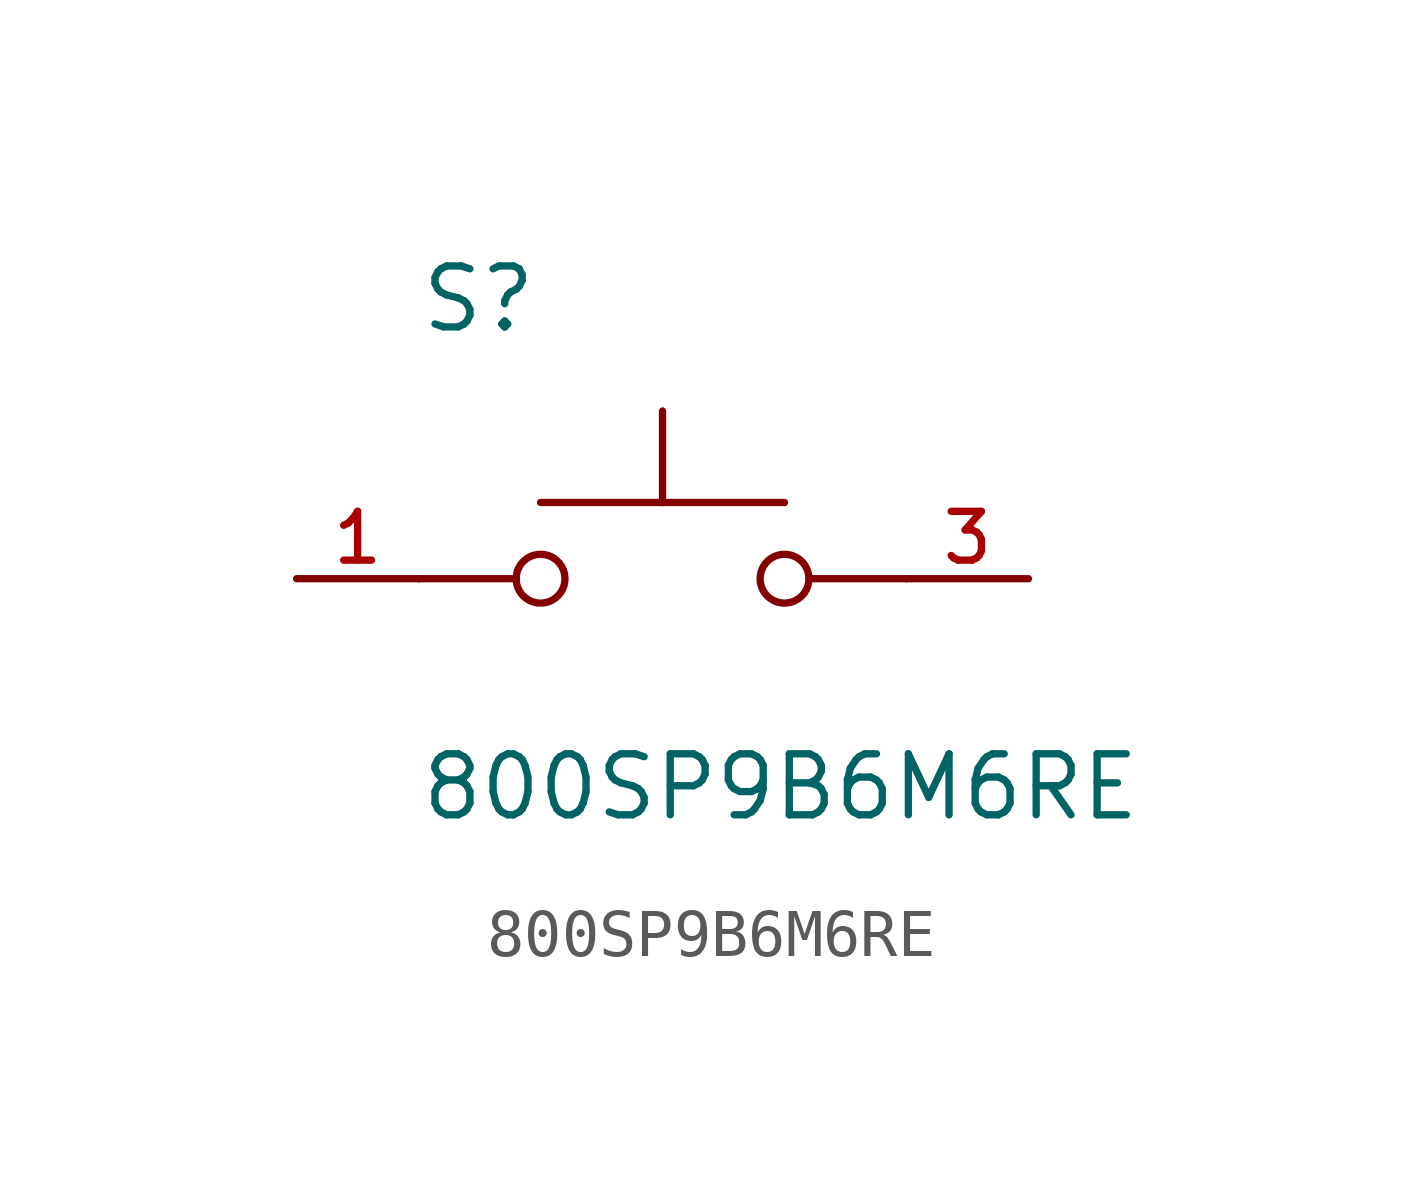
<source format=kicad_sym>
(kicad_symbol_lib
  (version 20211014)
  (generator kicad_symbol_editor)
  (symbol "800SP9B6M6RE"
    (pin_names
      (offset 1.016))
    (property "Reference" "S"
      (at -5.08 5.08 0)
      (effects (font (size 1.27 1.27)) (justify bottom left)))
    (property "Value" "800SP9B6M6RE"
      (at -5.08 -5.08 0)
      (effects (font (size 1.27 1.27)) (justify bottom left)))
    (symbol "800SP9B6M6RE_0_0"
      (circle (center 2.54 0.0) (radius 0.508) (stroke (width 0.152)) (fill (type none)))
      (polyline (pts (xy 5.08 0.0) (xy 3.048 0.0)) (stroke (width 0.152)))
      (polyline (pts (xy -5.08 0.0) (xy -3.048 0.0)) (stroke (width 0.152)))
      (circle (center -2.54 0.0) (radius 0.508) (stroke (width 0.152)) (fill (type none)))
      (polyline (pts (xy -2.54 1.587) (xy 0.0 1.587)) (stroke (width 0.152)))
      (polyline (pts (xy 0.0 1.587) (xy 2.54 1.587)) (stroke (width 0.152)))
      (polyline (pts (xy 0.0 1.587) (xy 0.0 3.493)) (stroke (width 0.152)))
      (pin passive line (at -7.62 0.0 0) (length 2.54) (name "~" (effects (font (size 1.016 1.016)))) (number "1" (effects (font (size 1.016 1.016)))))
      (pin passive line (at 7.62 0.0 180.0) (length 2.54) (name "~" (effects (font (size 1.016 1.016)))) (number "3" (effects (font (size 1.016 1.016))))))))
</source>
